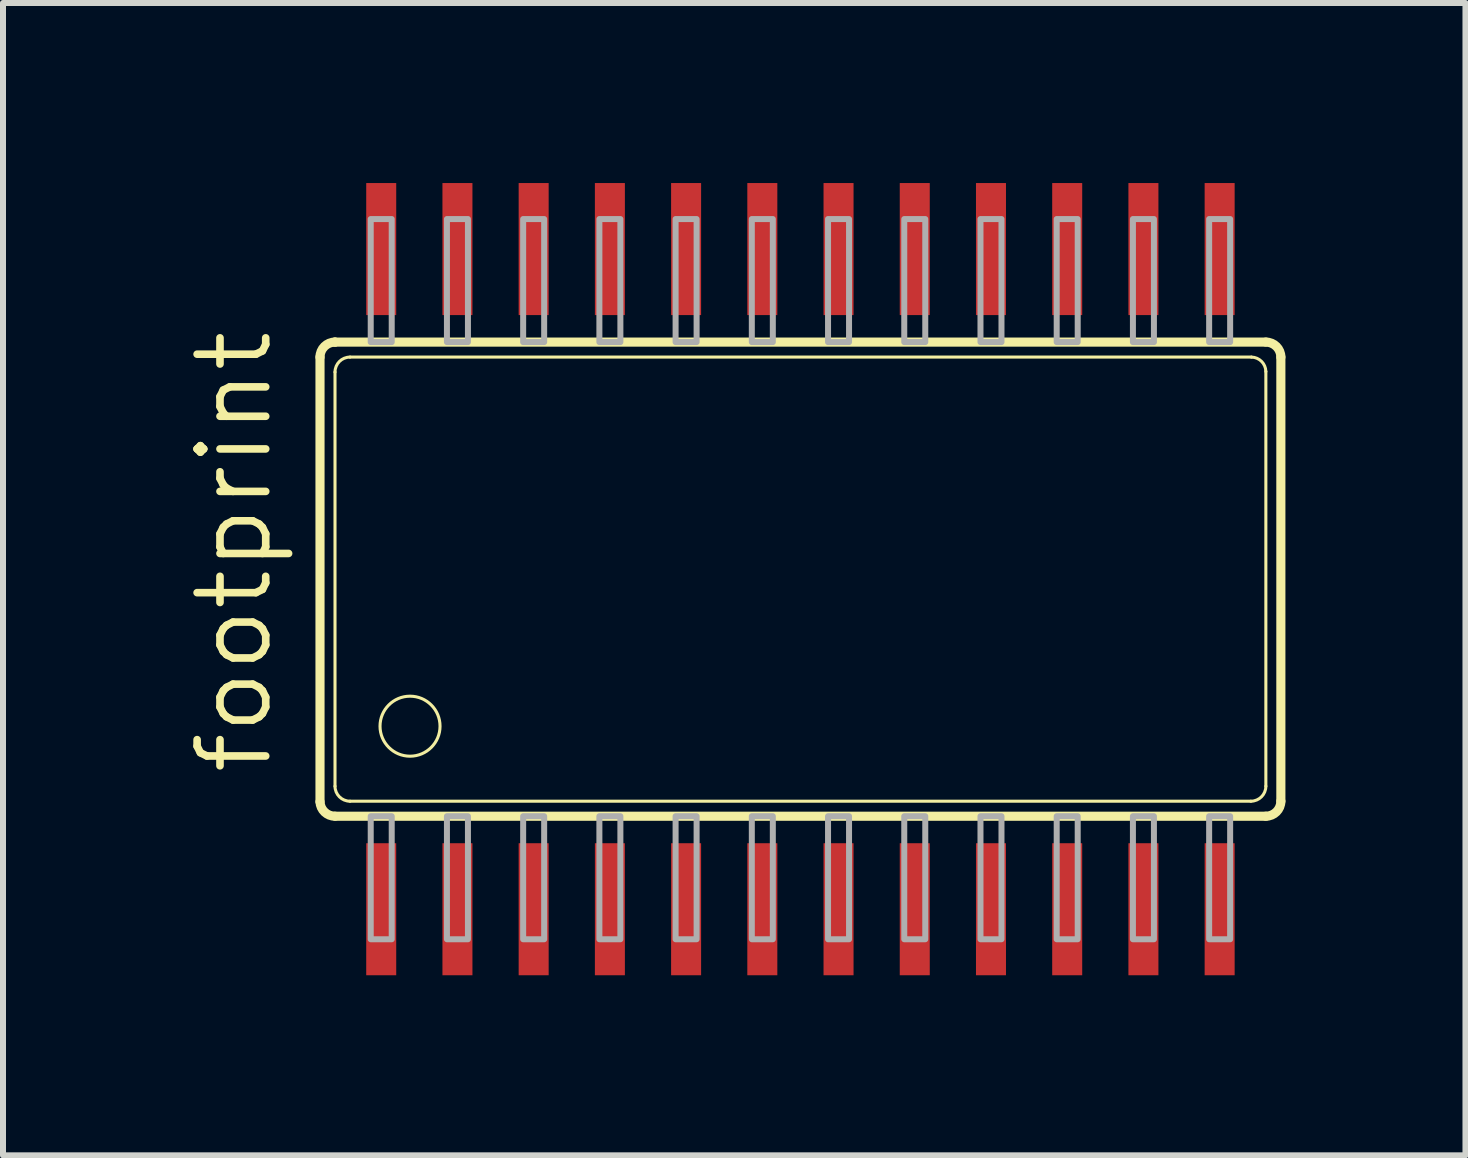
<source format=kicad_pcb>
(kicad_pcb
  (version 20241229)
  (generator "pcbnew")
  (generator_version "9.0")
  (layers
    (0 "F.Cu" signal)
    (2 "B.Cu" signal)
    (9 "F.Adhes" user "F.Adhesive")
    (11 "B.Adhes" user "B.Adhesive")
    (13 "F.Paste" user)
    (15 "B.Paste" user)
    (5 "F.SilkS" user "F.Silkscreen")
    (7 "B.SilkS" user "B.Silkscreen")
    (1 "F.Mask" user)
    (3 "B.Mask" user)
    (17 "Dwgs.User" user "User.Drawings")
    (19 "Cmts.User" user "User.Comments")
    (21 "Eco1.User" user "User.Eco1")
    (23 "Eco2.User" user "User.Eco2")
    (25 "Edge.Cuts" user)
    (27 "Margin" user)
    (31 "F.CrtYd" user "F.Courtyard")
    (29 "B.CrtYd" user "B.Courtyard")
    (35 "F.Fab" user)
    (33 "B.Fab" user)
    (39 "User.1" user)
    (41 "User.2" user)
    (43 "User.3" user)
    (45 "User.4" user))
  (footprint "footprint"
    (layer "F.Cu")
    (at 10.287 6.6)
    (property "Reference" "footprint" (at -8.763 3.302 90) (layer "F.SilkS") (effects (font (size 1.143 1.143) (thickness 0.127)) (justify left bottom)))
    (fp_line (start -8.005 3.71) (end -8.005 -3.7) (stroke (width 0.152) (type solid)) (layer "F.SilkS"))
    (fp_line (start -7.756 -3.95) (end -7.755 -3.95) (stroke (width 0.152) (type solid)) (layer "F.SilkS"))
    (fp_line (start -7.755 -3.95) (end 7.755 -3.95) (stroke (width 0.152) (type solid)) (layer "F.SilkS"))
    (fp_line (start -7.755 3.45) (end -7.755 -3.45) (stroke (width 0.051) (type solid)) (layer "F.SilkS"))
    (fp_line (start -7.505 -3.7) (end 7.515 -3.7) (stroke (width 0.051) (type solid)) (layer "F.SilkS"))
    (fp_line (start 7.505 3.7) (end -7.505 3.7) (stroke (width 0.051) (type solid)) (layer "F.SilkS"))
    (fp_line (start 7.755 -3.46) (end 7.755 3.45) (stroke (width 0.051) (type solid)) (layer "F.SilkS"))
    (fp_line (start 7.755 3.95) (end -7.755 3.95) (stroke (width 0.152) (type solid)) (layer "F.SilkS"))
    (fp_line (start 8.005 -3.7) (end 8.005 3.7) (stroke (width 0.152) (type solid)) (layer "F.SilkS"))
    (fp_arc (start -8.005 -3.7) (mid -7.931777 -3.876777) (end -7.755 -3.95) (stroke (width 0.1524) (type solid)) (layer "F.SilkS"))
    (fp_arc (start -7.755 -3.45) (mid -7.681777 -3.626777) (end -7.505 -3.7) (stroke (width 0.0508) (type solid)) (layer "F.SilkS"))
    (fp_arc (start -7.755 3.95) (mid -7.928333 3.880347) (end -8.005 3.71) (stroke (width 0.1524) (type solid)) (layer "F.SilkS"))
    (fp_arc (start -7.505 3.7) (mid -7.681777 3.626777) (end -7.755 3.45) (stroke (width 0.0508) (type solid)) (layer "F.SilkS"))
    (fp_arc (start 7.515 -3.7) (mid 7.683278 -3.628276) (end 7.755 -3.459998) (stroke (width 0.0508) (type solid)) (layer "F.SilkS"))
    (fp_arc (start 7.755 -3.95) (mid 7.931777 -3.876777) (end 8.005 -3.7) (stroke (width 0.1524) (type solid)) (layer "F.SilkS"))
    (fp_arc (start 7.755 3.45) (mid 7.681777 3.626777) (end 7.505 3.7) (stroke (width 0.0508) (type solid)) (layer "F.SilkS"))
    (fp_arc (start 8.005 3.7) (mid 7.931777 3.876777) (end 7.755 3.95) (stroke (width 0.1524) (type solid)) (layer "F.SilkS"))
    (fp_circle (center -6.505 2.45) (end -6.005 2.45) (stroke (width 0.051) (type solid)) (fill no) (layer "F.SilkS"))
    (fp_poly (pts (xy -7.16 -3.95) (xy -6.81 -3.95) (xy -6.81 -6) (xy -7.16 -6)) (stroke (width 0.1) (type solid)) (fill no) (layer "F.Fab"))
    (fp_poly (pts (xy -7.16 6) (xy -6.81 6) (xy -6.81 3.95) (xy -7.16 3.95)) (stroke (width 0.1) (type solid)) (fill no) (layer "F.Fab"))
    (fp_poly (pts (xy -5.89 -3.95) (xy -5.54 -3.95) (xy -5.54 -6) (xy -5.89 -6)) (stroke (width 0.1) (type solid)) (fill no) (layer "F.Fab"))
    (fp_poly (pts (xy -5.89 6) (xy -5.54 6) (xy -5.54 3.95) (xy -5.89 3.95)) (stroke (width 0.1) (type solid)) (fill no) (layer "F.Fab"))
    (fp_poly (pts (xy -4.62 -3.95) (xy -4.27 -3.95) (xy -4.27 -6) (xy -4.62 -6)) (stroke (width 0.1) (type solid)) (fill no) (layer "F.Fab"))
    (fp_poly (pts (xy -4.62 6) (xy -4.27 6) (xy -4.27 3.95) (xy -4.62 3.95)) (stroke (width 0.1) (type solid)) (fill no) (layer "F.Fab"))
    (fp_poly (pts (xy -3.35 -3.95) (xy -3 -3.95) (xy -3 -6) (xy -3.35 -6)) (stroke (width 0.1) (type solid)) (fill no) (layer "F.Fab"))
    (fp_poly (pts (xy -3.35 6) (xy -3 6) (xy -3 3.95) (xy -3.35 3.95)) (stroke (width 0.1) (type solid)) (fill no) (layer "F.Fab"))
    (fp_poly (pts (xy -2.08 -3.95) (xy -1.73 -3.95) (xy -1.73 -6) (xy -2.08 -6)) (stroke (width 0.1) (type solid)) (fill no) (layer "F.Fab"))
    (fp_poly (pts (xy -2.08 6) (xy -1.73 6) (xy -1.73 3.95) (xy -2.08 3.95)) (stroke (width 0.1) (type solid)) (fill no) (layer "F.Fab"))
    (fp_poly (pts (xy -0.81 -3.95) (xy -0.46 -3.95) (xy -0.46 -6) (xy -0.81 -6)) (stroke (width 0.1) (type solid)) (fill no) (layer "F.Fab"))
    (fp_poly (pts (xy -0.81 6) (xy -0.46 6) (xy -0.46 3.95) (xy -0.81 3.95)) (stroke (width 0.1) (type solid)) (fill no) (layer "F.Fab"))
    (fp_poly (pts (xy 0.46 -3.95) (xy 0.81 -3.95) (xy 0.81 -6) (xy 0.46 -6)) (stroke (width 0.1) (type solid)) (fill no) (layer "F.Fab"))
    (fp_poly (pts (xy 0.46 6) (xy 0.81 6) (xy 0.81 3.95) (xy 0.46 3.95)) (stroke (width 0.1) (type solid)) (fill no) (layer "F.Fab"))
    (fp_poly (pts (xy 1.73 -3.95) (xy 2.08 -3.95) (xy 2.08 -6) (xy 1.73 -6)) (stroke (width 0.1) (type solid)) (fill no) (layer "F.Fab"))
    (fp_poly (pts (xy 1.73 6) (xy 2.08 6) (xy 2.08 3.95) (xy 1.73 3.95)) (stroke (width 0.1) (type solid)) (fill no) (layer "F.Fab"))
    (fp_poly (pts (xy 3 -3.95) (xy 3.35 -3.95) (xy 3.35 -6) (xy 3 -6)) (stroke (width 0.1) (type solid)) (fill no) (layer "F.Fab"))
    (fp_poly (pts (xy 3 6) (xy 3.35 6) (xy 3.35 3.95) (xy 3 3.95)) (stroke (width 0.1) (type solid)) (fill no) (layer "F.Fab"))
    (fp_poly (pts (xy 4.27 -3.95) (xy 4.62 -3.95) (xy 4.62 -6) (xy 4.27 -6)) (stroke (width 0.1) (type solid)) (fill no) (layer "F.Fab"))
    (fp_poly (pts (xy 4.27 6) (xy 4.62 6) (xy 4.62 3.95) (xy 4.27 3.95)) (stroke (width 0.1) (type solid)) (fill no) (layer "F.Fab"))
    (fp_poly (pts (xy 5.54 -3.95) (xy 5.89 -3.95) (xy 5.89 -6) (xy 5.54 -6)) (stroke (width 0.1) (type solid)) (fill no) (layer "F.Fab"))
    (fp_poly (pts (xy 5.54 6) (xy 5.89 6) (xy 5.89 3.95) (xy 5.54 3.95)) (stroke (width 0.1) (type solid)) (fill no) (layer "F.Fab"))
    (fp_poly (pts (xy 6.81 -3.95) (xy 7.16 -3.95) (xy 7.16 -6) (xy 6.81 -6)) (stroke (width 0.1) (type solid)) (fill no) (layer "F.Fab"))
    (fp_poly (pts (xy 6.81 6) (xy 7.16 6) (xy 7.16 3.95) (xy 6.81 3.95)) (stroke (width 0.1) (type solid)) (fill no) (layer "F.Fab"))
    (pad "1" smd rect (at -6.985 5.5) (size 0.5 2.2) (layers "F.Cu" "F.Mask" "F.Paste"))
    (pad "2" smd rect (at -5.715 5.5) (size 0.5 2.2) (layers "F.Cu" "F.Mask" "F.Paste"))
    (pad "3" smd rect (at -4.445 5.5) (size 0.5 2.2) (layers "F.Cu" "F.Mask" "F.Paste"))
    (pad "4" smd rect (at -3.175 5.5) (size 0.5 2.2) (layers "F.Cu" "F.Mask" "F.Paste"))
    (pad "5" smd rect (at -1.905 5.5) (size 0.5 2.2) (layers "F.Cu" "F.Mask" "F.Paste"))
    (pad "6" smd rect (at -0.635 5.5) (size 0.5 2.2) (layers "F.Cu" "F.Mask" "F.Paste"))
    (pad "7" smd rect (at 0.635 5.5) (size 0.5 2.2) (layers "F.Cu" "F.Mask" "F.Paste"))
    (pad "8" smd rect (at 1.905 5.5) (size 0.5 2.2) (layers "F.Cu" "F.Mask" "F.Paste"))
    (pad "9" smd rect (at 3.175 5.5) (size 0.5 2.2) (layers "F.Cu" "F.Mask" "F.Paste"))
    (pad "10" smd rect (at 4.445 5.5) (size 0.5 2.2) (layers "F.Cu" "F.Mask" "F.Paste"))
    (pad "11" smd rect (at 5.715 5.5) (size 0.5 2.2) (layers "F.Cu" "F.Mask" "F.Paste"))
    (pad "12" smd rect (at 6.985 5.5) (size 0.5 2.2) (layers "F.Cu" "F.Mask" "F.Paste"))
    (pad "13" smd rect (at 6.985 -5.5) (size 0.5 2.2) (layers "F.Cu" "F.Mask" "F.Paste"))
    (pad "14" smd rect (at 5.715 -5.5) (size 0.5 2.2) (layers "F.Cu" "F.Mask" "F.Paste"))
    (pad "15" smd rect (at 4.445 -5.5) (size 0.5 2.2) (layers "F.Cu" "F.Mask" "F.Paste"))
    (pad "16" smd rect (at 3.175 -5.5) (size 0.5 2.2) (layers "F.Cu" "F.Mask" "F.Paste"))
    (pad "17" smd rect (at 1.905 -5.5) (size 0.5 2.2) (layers "F.Cu" "F.Mask" "F.Paste"))
    (pad "18" smd rect (at 0.635 -5.5) (size 0.5 2.2) (layers "F.Cu" "F.Mask" "F.Paste"))
    (pad "19" smd rect (at -0.635 -5.5) (size 0.5 2.2) (layers "F.Cu" "F.Mask" "F.Paste"))
    (pad "20" smd rect (at -1.905 -5.5) (size 0.5 2.2) (layers "F.Cu" "F.Mask" "F.Paste"))
    (pad "21" smd rect (at -3.175 -5.5) (size 0.5 2.2) (layers "F.Cu" "F.Mask" "F.Paste"))
    (pad "22" smd rect (at -4.445 -5.5) (size 0.5 2.2) (layers "F.Cu" "F.Mask" "F.Paste"))
    (pad "23" smd rect (at -5.715 -5.5) (size 0.5 2.2) (layers "F.Cu" "F.Mask" "F.Paste"))
    (pad "24" smd rect (at -6.985 -5.5) (size 0.5 2.2) (layers "F.Cu" "F.Mask" "F.Paste")))
  (gr_rect
    (start -3 -3)
    (end 21.368 16.2)
    (stroke (width 0.1) (type default))
    (fill no)
    (layer "Edge.Cuts")))
</source>
